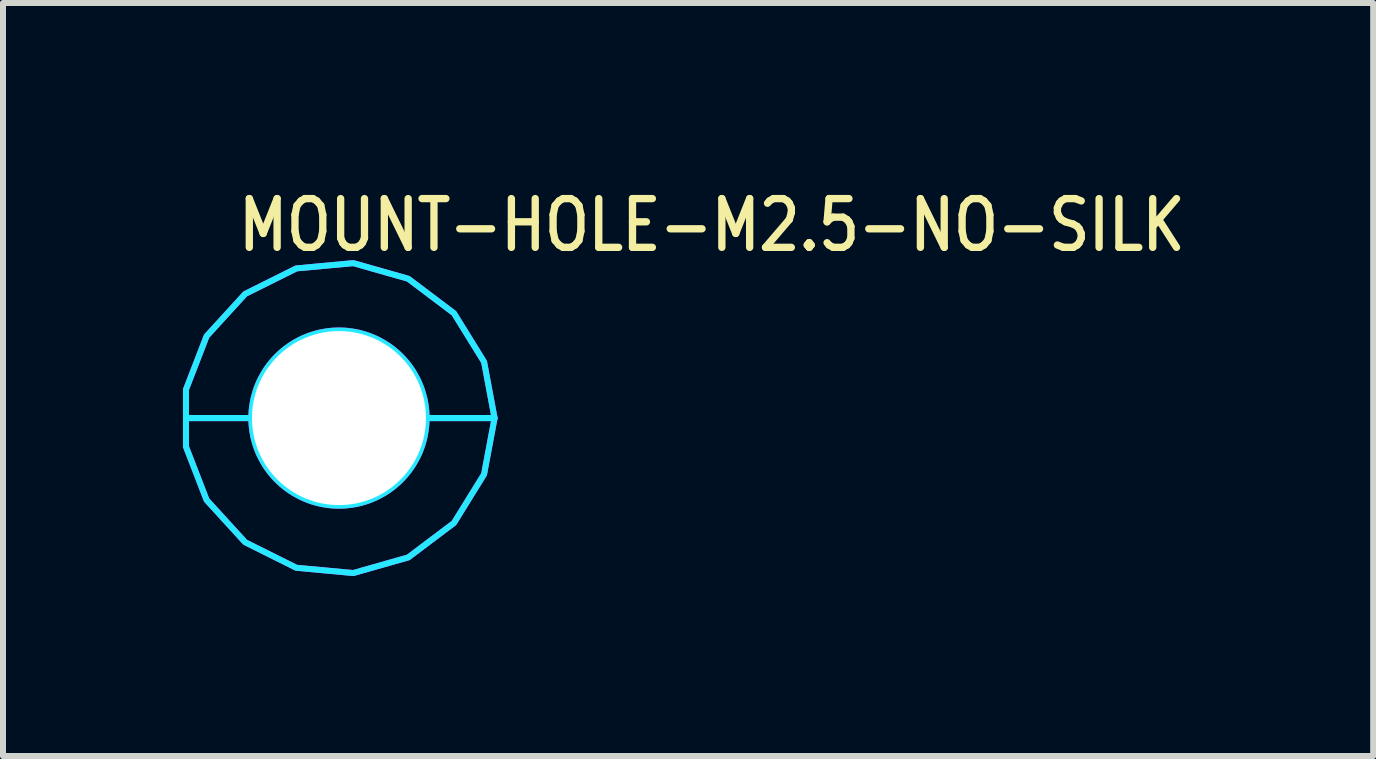
<source format=kicad_pcb>
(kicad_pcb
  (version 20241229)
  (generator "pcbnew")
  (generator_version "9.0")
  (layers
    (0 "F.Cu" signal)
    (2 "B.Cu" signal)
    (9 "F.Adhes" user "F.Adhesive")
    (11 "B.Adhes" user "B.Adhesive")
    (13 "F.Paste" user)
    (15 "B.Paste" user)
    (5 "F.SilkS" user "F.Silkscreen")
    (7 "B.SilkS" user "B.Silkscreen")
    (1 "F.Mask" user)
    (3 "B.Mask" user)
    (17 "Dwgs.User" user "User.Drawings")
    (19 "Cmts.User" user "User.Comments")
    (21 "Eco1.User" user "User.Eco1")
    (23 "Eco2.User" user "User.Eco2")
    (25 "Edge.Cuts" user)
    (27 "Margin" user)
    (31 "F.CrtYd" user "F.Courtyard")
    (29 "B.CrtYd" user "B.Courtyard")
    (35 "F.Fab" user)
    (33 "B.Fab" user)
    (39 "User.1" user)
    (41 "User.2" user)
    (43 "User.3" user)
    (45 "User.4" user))
  (footprint "MOUNT-HOLE-M2.5-NO-SILK"
    (layer "F.Cu")
    (at 2.6 3.919)
    (property "Reference" "MOUNT-HOLE-M2.5-NO-SILK" (at -1.74 -2.74 0) (unlocked yes) (layer "F.SilkS") (effects (font (size 0.813 0.695) (thickness 0.122)) (justify left bottom)))
    (fp_circle (center 0 0) (end 2.4 0) (stroke (width 0) (type solid)) (fill yes) (layer "F.Mask"))
    (fp_circle (center 0 0) (end 2.55 0) (stroke (width 0) (type solid)) (fill yes) (layer "F.Mask"))
    (fp_circle (center 0 0) (end 2.55 0) (stroke (width 0) (type solid)) (fill yes) (layer "F.Mask"))
    (fp_circle (center 0 0) (end 2.4 0) (stroke (width 0) (type solid)) (fill yes) (layer "B.Mask"))
    (fp_circle (center 0 0) (end 2.55 0) (stroke (width 0) (type solid)) (fill yes) (layer "B.Mask"))
    (fp_poly (pts (xy -2.55 0) (xy -2.55 -0.477) (xy -2.206 -1.366) (xy -1.563 -2.07) (xy -0.71 -2.495) (xy 0.239 -2.583) (xy 1.156 -2.322) (xy 1.917 -1.748) (xy 2.419 -0.937) (xy 2.594 0) (xy 1.46 0) (xy 1.46 -0.000078) (xy 1.46 -0.023) (xy 1.46 -0.023) (xy 1.459 -0.046) (xy 1.459 -0.046) (xy 1.458 -0.069) (xy 1.458 -0.069) (xy 1.457 -0.092) (xy 1.457 -0.092) (xy 1.456 -0.114) (xy 1.455 -0.115) (xy 1.454 -0.137) (xy 1.454 -0.137) (xy 1.451 -0.16) (xy 1.451 -0.16) (xy 1.448 -0.183) (xy 1.448 -0.183) (xy 1.445 -0.206) (xy 1.445 -0.206) (xy 1.442 -0.228) (xy 1.442 -0.228) (xy 1.438 -0.251) (xy 1.438 -0.251) (xy 1.434 -0.274) (xy 1.434 -0.274) (xy 1.43 -0.296) (xy 1.43 -0.296) (xy 1.425 -0.318) (xy 1.425 -0.319) (xy 1.42 -0.341) (xy 1.42 -0.341) (xy 1.414 -0.363) (xy 1.414 -0.363) (xy 1.408 -0.385) (xy 1.408 -0.385) (xy 1.402 -0.407) (xy 1.402 -0.407) (xy 1.395 -0.429) (xy 1.395 -0.429) (xy 1.389 -0.451) (xy 1.389 -0.451) (xy 1.381 -0.473) (xy 1.381 -0.473) (xy 1.374 -0.494) (xy 1.374 -0.495) (xy 1.366 -0.516) (xy 1.366 -0.516) (xy 1.358 -0.537) (xy 1.357 -0.538) (xy 1.349 -0.559) (xy 1.349 -0.559) (xy 1.34 -0.58) (xy 1.34 -0.58) (xy 1.331 -0.601) (xy 1.331 -0.601) (xy 1.321 -0.622) (xy 1.321 -0.622) (xy 1.311 -0.642) (xy 1.311 -0.642) (xy 1.301 -0.663) (xy 1.301 -0.663) (xy 1.29 -0.683) (xy 1.29 -0.683) (xy 1.279 -0.703) (xy 1.279 -0.703) (xy 1.268 -0.723) (xy 1.268 -0.723) (xy 1.257 -0.743) (xy 1.257 -0.743) (xy 1.245 -0.763) (xy 1.245 -0.763) (xy 1.233 -0.782) (xy 1.233 -0.782) (xy 1.22 -0.802) (xy 1.22 -0.802) (xy 1.208 -0.821) (xy 1.207 -0.821) (xy 1.195 -0.839) (xy 1.194 -0.84) (xy 1.181 -0.858) (xy 1.181 -0.858) (xy 1.168 -0.877) (xy 1.167 -0.877) (xy 1.154 -0.895) (xy 1.154 -0.895) (xy 1.139 -0.913) (xy 1.139 -0.913) (xy 1.125 -0.931) (xy 1.125 -0.931) (xy 1.11 -0.948) (xy 1.11 -0.948) (xy 1.095 -0.965) (xy 1.095 -0.966) (xy 1.08 -0.983) (xy 1.08 -0.983) (xy 1.064 -0.999) (xy 1.064 -0.999) (xy 1.049 -1.016) (xy 1.048 -1.016) (xy 1.032 -1.032) (xy 1.032 -1.032) (xy 1.016 -1.048) (xy 1.016 -1.049) (xy 0.999 -1.064) (xy 0.999 -1.064) (xy 0.983 -1.08) (xy 0.983 -1.08) (xy 0.966 -1.095) (xy 0.965 -1.095) (xy 0.948 -1.11) (xy 0.948 -1.11) (xy 0.931 -1.125) (xy 0.931 -1.125) (xy 0.913 -1.139) (xy 0.913 -1.139) (xy 0.895 -1.154) (xy 0.895 -1.154) (xy 0.877 -1.167) (xy 0.877 -1.168) (xy 0.858 -1.181) (xy 0.858 -1.181) (xy 0.84 -1.194) (xy 0.839 -1.195) (xy 0.821 -1.207) (xy 0.821 -1.208) (xy 0.802 -1.22) (xy 0.802 -1.22) (xy 0.782 -1.233) (xy 0.782 -1.233) (xy 0.763 -1.245) (xy 0.763 -1.245) (xy 0.743 -1.257) (xy 0.743 -1.257) (xy 0.723 -1.268) (xy 0.723 -1.268) (xy 0.703 -1.279) (xy 0.703 -1.279) (xy 0.683 -1.29) (xy 0.683 -1.29) (xy 0.663 -1.301) (xy 0.663 -1.301) (xy 0.642 -1.311) (xy 0.642 -1.311) (xy 0.622 -1.321) (xy 0.622 -1.321) (xy 0.601 -1.331) (xy 0.601 -1.331) (xy 0.58 -1.34) (xy 0.58 -1.34) (xy 0.559 -1.349) (xy 0.559 -1.349) (xy 0.538 -1.357) (xy 0.537 -1.358) (xy 0.516 -1.366) (xy 0.516 -1.366) (xy 0.495 -1.374) (xy 0.494 -1.374) (xy 0.473 -1.381) (xy 0.473 -1.381) (xy 0.451 -1.389) (xy 0.451 -1.389) (xy 0.429 -1.395) (xy 0.429 -1.395) (xy 0.407 -1.402) (xy 0.407 -1.402) (xy 0.385 -1.408) (xy 0.385 -1.408) (xy 0.363 -1.414) (xy 0.363 -1.414) (xy 0.341 -1.42) (xy 0.341 -1.42) (xy 0.319 -1.425) (xy 0.318 -1.425) (xy 0.296 -1.43) (xy 0.296 -1.43) (xy 0.274 -1.434) (xy 0.274 -1.434) (xy 0.251 -1.438) (xy 0.251 -1.438) (xy 0.228 -1.442) (xy 0.228 -1.442) (xy 0.206 -1.445) (xy 0.206 -1.445) (xy 0.183 -1.448) (xy 0.183 -1.448) (xy 0.16 -1.451) (xy 0.16 -1.451) (xy 0.137 -1.454) (xy 0.137 -1.454) (xy 0.115 -1.455) (xy 0.114 -1.456) (xy 0.092 -1.457) (xy 0.092 -1.457) (xy 0.069 -1.458) (xy 0.069 -1.458) (xy 0.046 -1.459) (xy 0.046 -1.459) (xy 0.023 -1.46) (xy 0.023 -1.46) (xy 0.000078 -1.46) (xy -0.000078 -1.46) (xy -0.023 -1.46) (xy -0.023 -1.46) (xy -0.046 -1.459) (xy -0.046 -1.459) (xy -0.069 -1.458) (xy -0.069 -1.458) (xy -0.092 -1.457) (xy -0.092 -1.457) (xy -0.114 -1.456) (xy -0.115 -1.455) (xy -0.137 -1.454) (xy -0.137 -1.454) (xy -0.16 -1.451) (xy -0.16 -1.451) (xy -0.183 -1.448) (xy -0.183 -1.448) (xy -0.206 -1.445) (xy -0.206 -1.445) (xy -0.228 -1.442) (xy -0.228 -1.442) (xy -0.251 -1.438) (xy -0.251 -1.438) (xy -0.274 -1.434) (xy -0.274 -1.434) (xy -0.296 -1.43) (xy -0.296 -1.43) (xy -0.318 -1.425) (xy -0.319 -1.425) (xy -0.341 -1.42) (xy -0.341 -1.42) (xy -0.363 -1.414) (xy -0.363 -1.414) (xy -0.385 -1.408) (xy -0.385 -1.408) (xy -0.407 -1.402) (xy -0.407 -1.402) (xy -0.429 -1.395) (xy -0.429 -1.395) (xy -0.451 -1.389) (xy -0.451 -1.389) (xy -0.473 -1.381) (xy -0.473 -1.381) (xy -0.494 -1.374) (xy -0.495 -1.374) (xy -0.516 -1.366) (xy -0.516 -1.366) (xy -0.537 -1.358) (xy -0.538 -1.357) (xy -0.559 -1.349) (xy -0.559 -1.349) (xy -0.58 -1.34) (xy -0.58 -1.34) (xy -0.601 -1.331) (xy -0.601 -1.331) (xy -0.622 -1.321) (xy -0.622 -1.321) (xy -0.642 -1.311) (xy -0.642 -1.311) (xy -0.663 -1.301) (xy -0.663 -1.301) (xy -0.683 -1.29) (xy -0.683 -1.29) (xy -0.703 -1.279) (xy -0.703 -1.279) (xy -0.723 -1.268) (xy -0.723 -1.268) (xy -0.743 -1.257) (xy -0.743 -1.257) (xy -0.763 -1.245) (xy -0.763 -1.245) (xy -0.782 -1.233) (xy -0.782 -1.233) (xy -0.802 -1.22) (xy -0.802 -1.22) (xy -0.821 -1.208) (xy -0.821 -1.207) (xy -0.839 -1.195) (xy -0.84 -1.194) (xy -0.858 -1.181) (xy -0.858 -1.181) (xy -0.877 -1.168) (xy -0.877 -1.167) (xy -0.895 -1.154) (xy -0.895 -1.154) (xy -0.913 -1.139) (xy -0.913 -1.139) (xy -0.931 -1.125) (xy -0.931 -1.125) (xy -0.948 -1.11) (xy -0.948 -1.11) (xy -0.965 -1.095) (xy -0.966 -1.095) (xy -0.983 -1.08) (xy -0.983 -1.08) (xy -0.999 -1.064) (xy -0.999 -1.064) (xy -1.016 -1.049) (xy -1.016 -1.048) (xy -1.032 -1.032) (xy -1.032 -1.032) (xy -1.048 -1.016) (xy -1.049 -1.016) (xy -1.064 -0.999) (xy -1.064 -0.999) (xy -1.08 -0.983) (xy -1.08 -0.983) (xy -1.095 -0.966) (xy -1.095 -0.965) (xy -1.11 -0.948) (xy -1.11 -0.948) (xy -1.125 -0.931) (xy -1.125 -0.931) (xy -1.139 -0.913) (xy -1.139 -0.913) (xy -1.154 -0.895) (xy -1.154 -0.895) (xy -1.167 -0.877) (xy -1.168 -0.877) (xy -1.181 -0.858) (xy -1.181 -0.858) (xy -1.194 -0.84) (xy -1.195 -0.839) (xy -1.207 -0.821) (xy -1.208 -0.821) (xy -1.22 -0.802) (xy -1.22 -0.802) (xy -1.233 -0.782) (xy -1.233 -0.782) (xy -1.245 -0.763) (xy -1.245 -0.763) (xy -1.257 -0.743) (xy -1.257 -0.743) (xy -1.268 -0.723) (xy -1.268 -0.723) (xy -1.279 -0.703) (xy -1.279 -0.703) (xy -1.29 -0.683) (xy -1.29 -0.683) (xy -1.301 -0.663) (xy -1.301 -0.663) (xy -1.311 -0.642) (xy -1.311 -0.642) (xy -1.321 -0.622) (xy -1.321 -0.622) (xy -1.331 -0.601) (xy -1.331 -0.601) (xy -1.34 -0.58) (xy -1.34 -0.58) (xy -1.349 -0.559) (xy -1.349 -0.559) (xy -1.357 -0.538) (xy -1.358 -0.537) (xy -1.366 -0.516) (xy -1.366 -0.516) (xy -1.374 -0.495) (xy -1.374 -0.494) (xy -1.381 -0.473) (xy -1.381 -0.473) (xy -1.389 -0.451) (xy -1.389 -0.451) (xy -1.395 -0.429) (xy -1.395 -0.429) (xy -1.402 -0.407) (xy -1.402 -0.407) (xy -1.408 -0.385) (xy -1.408 -0.385) (xy -1.414 -0.363) (xy -1.414 -0.363) (xy -1.42 -0.341) (xy -1.42 -0.341) (xy -1.425 -0.319) (xy -1.425 -0.318) (xy -1.43 -0.296) (xy -1.43 -0.296) (xy -1.434 -0.274) (xy -1.434 -0.274) (xy -1.438 -0.251) (xy -1.438 -0.251) (xy -1.442 -0.228) (xy -1.442 -0.228) (xy -1.445 -0.206) (xy -1.445 -0.206) (xy -1.448 -0.183) (xy -1.448 -0.183) (xy -1.451 -0.16) (xy -1.451 -0.16) (xy -1.454 -0.137) (xy -1.454 -0.137) (xy -1.455 -0.115) (xy -1.456 -0.114) (xy -1.457 -0.092) (xy -1.457 -0.092) (xy -1.458 -0.069) (xy -1.458 -0.069) (xy -1.459 -0.046) (xy -1.459 -0.046) (xy -1.46 -0.023) (xy -1.46 -0.023) (xy -1.46 -0.000078) (xy -1.46 0)) (stroke (width 0.1) (type solid)) (fill no) (layer "B.CrtYd"))
    (fp_poly (pts (xy 2.419 0.937) (xy 1.917 1.748) (xy 1.156 2.322) (xy 0.239 2.583) (xy -0.71 2.495) (xy -1.563 2.07) (xy -2.206 1.366) (xy -2.55 0.477) (xy -2.55 0) (xy -1.46 0) (xy -1.46 0.000078) (xy -1.46 0.023) (xy -1.46 0.023) (xy -1.459 0.046) (xy -1.459 0.046) (xy -1.458 0.069) (xy -1.458 0.069) (xy -1.457 0.092) (xy -1.457 0.092) (xy -1.456 0.114) (xy -1.455 0.115) (xy -1.454 0.137) (xy -1.454 0.137) (xy -1.451 0.16) (xy -1.451 0.16) (xy -1.448 0.183) (xy -1.448 0.183) (xy -1.445 0.206) (xy -1.445 0.206) (xy -1.442 0.228) (xy -1.442 0.228) (xy -1.438 0.251) (xy -1.438 0.251) (xy -1.434 0.274) (xy -1.434 0.274) (xy -1.43 0.296) (xy -1.43 0.296) (xy -1.425 0.318) (xy -1.425 0.319) (xy -1.42 0.341) (xy -1.42 0.341) (xy -1.414 0.363) (xy -1.414 0.363) (xy -1.408 0.385) (xy -1.408 0.385) (xy -1.402 0.407) (xy -1.402 0.407) (xy -1.395 0.429) (xy -1.395 0.429) (xy -1.389 0.451) (xy -1.389 0.451) (xy -1.381 0.473) (xy -1.381 0.473) (xy -1.374 0.494) (xy -1.374 0.495) (xy -1.366 0.516) (xy -1.366 0.516) (xy -1.358 0.537) (xy -1.357 0.538) (xy -1.349 0.559) (xy -1.349 0.559) (xy -1.34 0.58) (xy -1.34 0.58) (xy -1.331 0.601) (xy -1.331 0.601) (xy -1.321 0.622) (xy -1.321 0.622) (xy -1.311 0.642) (xy -1.311 0.642) (xy -1.301 0.663) (xy -1.301 0.663) (xy -1.29 0.683) (xy -1.29 0.683) (xy -1.279 0.703) (xy -1.279 0.703) (xy -1.268 0.723) (xy -1.268 0.723) (xy -1.257 0.743) (xy -1.257 0.743) (xy -1.245 0.763) (xy -1.245 0.763) (xy -1.233 0.782) (xy -1.233 0.782) (xy -1.22 0.802) (xy -1.22 0.802) (xy -1.208 0.821) (xy -1.207 0.821) (xy -1.195 0.839) (xy -1.194 0.84) (xy -1.181 0.858) (xy -1.181 0.858) (xy -1.168 0.877) (xy -1.167 0.877) (xy -1.154 0.895) (xy -1.154 0.895) (xy -1.139 0.913) (xy -1.139 0.913) (xy -1.125 0.931) (xy -1.125 0.931) (xy -1.11 0.948) (xy -1.11 0.948) (xy -1.095 0.965) (xy -1.095 0.966) (xy -1.08 0.983) (xy -1.08 0.983) (xy -1.064 0.999) (xy -1.064 0.999) (xy -1.049 1.016) (xy -1.048 1.016) (xy -1.032 1.032) (xy -1.032 1.032) (xy -1.016 1.048) (xy -1.016 1.049) (xy -0.999 1.064) (xy -0.999 1.064) (xy -0.983 1.08) (xy -0.983 1.08) (xy -0.966 1.095) (xy -0.965 1.095) (xy -0.948 1.11) (xy -0.948 1.11) (xy -0.931 1.125) (xy -0.931 1.125) (xy -0.913 1.139) (xy -0.913 1.139) (xy -0.895 1.154) (xy -0.895 1.154) (xy -0.877 1.167) (xy -0.877 1.168) (xy -0.858 1.181) (xy -0.858 1.181) (xy -0.84 1.194) (xy -0.839 1.195) (xy -0.821 1.207) (xy -0.821 1.208) (xy -0.802 1.22) (xy -0.802 1.22) (xy -0.782 1.233) (xy -0.782 1.233) (xy -0.763 1.245) (xy -0.763 1.245) (xy -0.743 1.257) (xy -0.743 1.257) (xy -0.723 1.268) (xy -0.723 1.268) (xy -0.703 1.279) (xy -0.703 1.279) (xy -0.683 1.29) (xy -0.683 1.29) (xy -0.663 1.301) (xy -0.663 1.301) (xy -0.642 1.311) (xy -0.642 1.311) (xy -0.622 1.321) (xy -0.622 1.321) (xy -0.601 1.331) (xy -0.601 1.331) (xy -0.58 1.34) (xy -0.58 1.34) (xy -0.559 1.349) (xy -0.559 1.349) (xy -0.538 1.357) (xy -0.537 1.358) (xy -0.516 1.366) (xy -0.516 1.366) (xy -0.495 1.374) (xy -0.494 1.374) (xy -0.473 1.381) (xy -0.473 1.381) (xy -0.451 1.389) (xy -0.451 1.389) (xy -0.429 1.395) (xy -0.429 1.395) (xy -0.407 1.402) (xy -0.407 1.402) (xy -0.385 1.408) (xy -0.385 1.408) (xy -0.363 1.414) (xy -0.363 1.414) (xy -0.341 1.42) (xy -0.341 1.42) (xy -0.319 1.425) (xy -0.318 1.425) (xy -0.296 1.43) (xy -0.296 1.43) (xy -0.274 1.434) (xy -0.274 1.434) (xy -0.251 1.438) (xy -0.251 1.438) (xy -0.228 1.442) (xy -0.228 1.442) (xy -0.206 1.445) (xy -0.206 1.445) (xy -0.183 1.448) (xy -0.183 1.448) (xy -0.16 1.451) (xy -0.16 1.451) (xy -0.137 1.454) (xy -0.137 1.454) (xy -0.115 1.455) (xy -0.114 1.456) (xy -0.092 1.457) (xy -0.092 1.457) (xy -0.069 1.458) (xy -0.069 1.458) (xy -0.046 1.459) (xy -0.046 1.459) (xy -0.023 1.46) (xy -0.023 1.46) (xy -0.000078 1.46) (xy 0.000078 1.46) (xy 0.023 1.46) (xy 0.023 1.46) (xy 0.046 1.459) (xy 0.046 1.459) (xy 0.069 1.458) (xy 0.069 1.458) (xy 0.092 1.457) (xy 0.092 1.457) (xy 0.114 1.456) (xy 0.115 1.455) (xy 0.137 1.454) (xy 0.137 1.454) (xy 0.16 1.451) (xy 0.16 1.451) (xy 0.183 1.448) (xy 0.183 1.448) (xy 0.206 1.445) (xy 0.206 1.445) (xy 0.228 1.442) (xy 0.228 1.442) (xy 0.251 1.438) (xy 0.251 1.438) (xy 0.274 1.434) (xy 0.274 1.434) (xy 0.296 1.43) (xy 0.296 1.43) (xy 0.318 1.425) (xy 0.319 1.425) (xy 0.341 1.42) (xy 0.341 1.42) (xy 0.363 1.414) (xy 0.363 1.414) (xy 0.385 1.408) (xy 0.385 1.408) (xy 0.407 1.402) (xy 0.407 1.402) (xy 0.429 1.395) (xy 0.429 1.395) (xy 0.451 1.389) (xy 0.451 1.389) (xy 0.473 1.381) (xy 0.473 1.381) (xy 0.494 1.374) (xy 0.495 1.374) (xy 0.516 1.366) (xy 0.516 1.366) (xy 0.537 1.358) (xy 0.538 1.357) (xy 0.559 1.349) (xy 0.559 1.349) (xy 0.58 1.34) (xy 0.58 1.34) (xy 0.601 1.331) (xy 0.601 1.331) (xy 0.622 1.321) (xy 0.622 1.321) (xy 0.642 1.311) (xy 0.642 1.311) (xy 0.663 1.301) (xy 0.663 1.301) (xy 0.683 1.29) (xy 0.683 1.29) (xy 0.703 1.279) (xy 0.703 1.279) (xy 0.723 1.268) (xy 0.723 1.268) (xy 0.743 1.257) (xy 0.743 1.257) (xy 0.763 1.245) (xy 0.763 1.245) (xy 0.782 1.233) (xy 0.782 1.233) (xy 0.802 1.22) (xy 0.802 1.22) (xy 0.821 1.208) (xy 0.821 1.207) (xy 0.839 1.195) (xy 0.84 1.194) (xy 0.858 1.181) (xy 0.858 1.181) (xy 0.877 1.168) (xy 0.877 1.167) (xy 0.895 1.154) (xy 0.895 1.154) (xy 0.913 1.139) (xy 0.913 1.139) (xy 0.931 1.125) (xy 0.931 1.125) (xy 0.948 1.11) (xy 0.948 1.11) (xy 0.965 1.095) (xy 0.966 1.095) (xy 0.983 1.08) (xy 0.983 1.08) (xy 0.999 1.064) (xy 0.999 1.064) (xy 1.016 1.049) (xy 1.016 1.048) (xy 1.032 1.032) (xy 1.032 1.032) (xy 1.048 1.016) (xy 1.049 1.016) (xy 1.064 0.999) (xy 1.064 0.999) (xy 1.08 0.983) (xy 1.08 0.983) (xy 1.095 0.966) (xy 1.095 0.965) (xy 1.11 0.948) (xy 1.11 0.948) (xy 1.125 0.931) (xy 1.125 0.931) (xy 1.139 0.913) (xy 1.139 0.913) (xy 1.154 0.895) (xy 1.154 0.895) (xy 1.167 0.877) (xy 1.168 0.877) (xy 1.181 0.858) (xy 1.181 0.858) (xy 1.194 0.84) (xy 1.195 0.839) (xy 1.207 0.821) (xy 1.208 0.821) (xy 1.22 0.802) (xy 1.22 0.802) (xy 1.233 0.782) (xy 1.233 0.782) (xy 1.245 0.763) (xy 1.245 0.763) (xy 1.257 0.743) (xy 1.257 0.743) (xy 1.268 0.723) (xy 1.268 0.723) (xy 1.279 0.703) (xy 1.279 0.703) (xy 1.29 0.683) (xy 1.29 0.683) (xy 1.301 0.663) (xy 1.301 0.663) (xy 1.311 0.642) (xy 1.311 0.642) (xy 1.321 0.622) (xy 1.321 0.622) (xy 1.331 0.601) (xy 1.331 0.601) (xy 1.34 0.58) (xy 1.34 0.58) (xy 1.349 0.559) (xy 1.349 0.559) (xy 1.357 0.538) (xy 1.358 0.537) (xy 1.366 0.516) (xy 1.366 0.516) (xy 1.374 0.495) (xy 1.374 0.494) (xy 1.381 0.473) (xy 1.381 0.473) (xy 1.389 0.451) (xy 1.389 0.451) (xy 1.395 0.429) (xy 1.395 0.429) (xy 1.402 0.407) (xy 1.402 0.407) (xy 1.408 0.385) (xy 1.408 0.385) (xy 1.414 0.363) (xy 1.414 0.363) (xy 1.42 0.341) (xy 1.42 0.341) (xy 1.425 0.319) (xy 1.425 0.318) (xy 1.43 0.296) (xy 1.43 0.296) (xy 1.434 0.274) (xy 1.434 0.274) (xy 1.438 0.251) (xy 1.438 0.251) (xy 1.442 0.228) (xy 1.442 0.228) (xy 1.445 0.206) (xy 1.445 0.206) (xy 1.448 0.183) (xy 1.448 0.183) (xy 1.451 0.16) (xy 1.451 0.16) (xy 1.454 0.137) (xy 1.454 0.137) (xy 1.455 0.115) (xy 1.456 0.114) (xy 1.457 0.092) (xy 1.457 0.092) (xy 1.458 0.069) (xy 1.458 0.069) (xy 1.459 0.046) (xy 1.459 0.046) (xy 1.46 0.023) (xy 1.46 0.023) (xy 1.46 0.000078) (xy 1.46 0) (xy 2.594 0)) (stroke (width 0.1) (type solid)) (fill no) (layer "B.CrtYd"))
    (fp_poly (pts (xy -2.55 0) (xy -2.55 -0.477) (xy -2.206 -1.366) (xy -1.563 -2.07) (xy -0.71 -2.495) (xy 0.239 -2.583) (xy 1.156 -2.322) (xy 1.917 -1.748) (xy 2.419 -0.937) (xy 2.594 0) (xy 1.46 0) (xy 1.46 -0.000078) (xy 1.46 -0.023) (xy 1.46 -0.023) (xy 1.459 -0.046) (xy 1.459 -0.046) (xy 1.458 -0.069) (xy 1.458 -0.069) (xy 1.457 -0.092) (xy 1.457 -0.092) (xy 1.456 -0.114) (xy 1.455 -0.115) (xy 1.454 -0.137) (xy 1.454 -0.137) (xy 1.451 -0.16) (xy 1.451 -0.16) (xy 1.448 -0.183) (xy 1.448 -0.183) (xy 1.445 -0.206) (xy 1.445 -0.206) (xy 1.442 -0.228) (xy 1.442 -0.228) (xy 1.438 -0.251) (xy 1.438 -0.251) (xy 1.434 -0.274) (xy 1.434 -0.274) (xy 1.43 -0.296) (xy 1.43 -0.296) (xy 1.425 -0.318) (xy 1.425 -0.319) (xy 1.42 -0.341) (xy 1.42 -0.341) (xy 1.414 -0.363) (xy 1.414 -0.363) (xy 1.408 -0.385) (xy 1.408 -0.385) (xy 1.402 -0.407) (xy 1.402 -0.407) (xy 1.395 -0.429) (xy 1.395 -0.429) (xy 1.389 -0.451) (xy 1.389 -0.451) (xy 1.381 -0.473) (xy 1.381 -0.473) (xy 1.374 -0.494) (xy 1.374 -0.495) (xy 1.366 -0.516) (xy 1.366 -0.516) (xy 1.358 -0.537) (xy 1.357 -0.538) (xy 1.349 -0.559) (xy 1.349 -0.559) (xy 1.34 -0.58) (xy 1.34 -0.58) (xy 1.331 -0.601) (xy 1.331 -0.601) (xy 1.321 -0.622) (xy 1.321 -0.622) (xy 1.311 -0.642) (xy 1.311 -0.642) (xy 1.301 -0.663) (xy 1.301 -0.663) (xy 1.29 -0.683) (xy 1.29 -0.683) (xy 1.279 -0.703) (xy 1.279 -0.703) (xy 1.268 -0.723) (xy 1.268 -0.723) (xy 1.257 -0.743) (xy 1.257 -0.743) (xy 1.245 -0.763) (xy 1.245 -0.763) (xy 1.233 -0.782) (xy 1.233 -0.782) (xy 1.22 -0.802) (xy 1.22 -0.802) (xy 1.208 -0.821) (xy 1.207 -0.821) (xy 1.195 -0.839) (xy 1.194 -0.84) (xy 1.181 -0.858) (xy 1.181 -0.858) (xy 1.168 -0.877) (xy 1.167 -0.877) (xy 1.154 -0.895) (xy 1.154 -0.895) (xy 1.139 -0.913) (xy 1.139 -0.913) (xy 1.125 -0.931) (xy 1.125 -0.931) (xy 1.11 -0.948) (xy 1.11 -0.948) (xy 1.095 -0.965) (xy 1.095 -0.966) (xy 1.08 -0.983) (xy 1.08 -0.983) (xy 1.064 -0.999) (xy 1.064 -0.999) (xy 1.049 -1.016) (xy 1.048 -1.016) (xy 1.032 -1.032) (xy 1.032 -1.032) (xy 1.016 -1.048) (xy 1.016 -1.049) (xy 0.999 -1.064) (xy 0.999 -1.064) (xy 0.983 -1.08) (xy 0.983 -1.08) (xy 0.966 -1.095) (xy 0.965 -1.095) (xy 0.948 -1.11) (xy 0.948 -1.11) (xy 0.931 -1.125) (xy 0.931 -1.125) (xy 0.913 -1.139) (xy 0.913 -1.139) (xy 0.895 -1.154) (xy 0.895 -1.154) (xy 0.877 -1.167) (xy 0.877 -1.168) (xy 0.858 -1.181) (xy 0.858 -1.181) (xy 0.84 -1.194) (xy 0.839 -1.195) (xy 0.821 -1.207) (xy 0.821 -1.208) (xy 0.802 -1.22) (xy 0.802 -1.22) (xy 0.782 -1.233) (xy 0.782 -1.233) (xy 0.763 -1.245) (xy 0.763 -1.245) (xy 0.743 -1.257) (xy 0.743 -1.257) (xy 0.723 -1.268) (xy 0.723 -1.268) (xy 0.703 -1.279) (xy 0.703 -1.279) (xy 0.683 -1.29) (xy 0.683 -1.29) (xy 0.663 -1.301) (xy 0.663 -1.301) (xy 0.642 -1.311) (xy 0.642 -1.311) (xy 0.622 -1.321) (xy 0.622 -1.321) (xy 0.601 -1.331) (xy 0.601 -1.331) (xy 0.58 -1.34) (xy 0.58 -1.34) (xy 0.559 -1.349) (xy 0.559 -1.349) (xy 0.538 -1.357) (xy 0.537 -1.358) (xy 0.516 -1.366) (xy 0.516 -1.366) (xy 0.495 -1.374) (xy 0.494 -1.374) (xy 0.473 -1.381) (xy 0.473 -1.381) (xy 0.451 -1.389) (xy 0.451 -1.389) (xy 0.429 -1.395) (xy 0.429 -1.395) (xy 0.407 -1.402) (xy 0.407 -1.402) (xy 0.385 -1.408) (xy 0.385 -1.408) (xy 0.363 -1.414) (xy 0.363 -1.414) (xy 0.341 -1.42) (xy 0.341 -1.42) (xy 0.319 -1.425) (xy 0.318 -1.425) (xy 0.296 -1.43) (xy 0.296 -1.43) (xy 0.274 -1.434) (xy 0.274 -1.434) (xy 0.251 -1.438) (xy 0.251 -1.438) (xy 0.228 -1.442) (xy 0.228 -1.442) (xy 0.206 -1.445) (xy 0.206 -1.445) (xy 0.183 -1.448) (xy 0.183 -1.448) (xy 0.16 -1.451) (xy 0.16 -1.451) (xy 0.137 -1.454) (xy 0.137 -1.454) (xy 0.115 -1.455) (xy 0.114 -1.456) (xy 0.092 -1.457) (xy 0.092 -1.457) (xy 0.069 -1.458) (xy 0.069 -1.458) (xy 0.046 -1.459) (xy 0.046 -1.459) (xy 0.023 -1.46) (xy 0.023 -1.46) (xy 0.000078 -1.46) (xy -0.000078 -1.46) (xy -0.023 -1.46) (xy -0.023 -1.46) (xy -0.046 -1.459) (xy -0.046 -1.459) (xy -0.069 -1.458) (xy -0.069 -1.458) (xy -0.092 -1.457) (xy -0.092 -1.457) (xy -0.114 -1.456) (xy -0.115 -1.455) (xy -0.137 -1.454) (xy -0.137 -1.454) (xy -0.16 -1.451) (xy -0.16 -1.451) (xy -0.183 -1.448) (xy -0.183 -1.448) (xy -0.206 -1.445) (xy -0.206 -1.445) (xy -0.228 -1.442) (xy -0.228 -1.442) (xy -0.251 -1.438) (xy -0.251 -1.438) (xy -0.274 -1.434) (xy -0.274 -1.434) (xy -0.296 -1.43) (xy -0.296 -1.43) (xy -0.318 -1.425) (xy -0.319 -1.425) (xy -0.341 -1.42) (xy -0.341 -1.42) (xy -0.363 -1.414) (xy -0.363 -1.414) (xy -0.385 -1.408) (xy -0.385 -1.408) (xy -0.407 -1.402) (xy -0.407 -1.402) (xy -0.429 -1.395) (xy -0.429 -1.395) (xy -0.451 -1.389) (xy -0.451 -1.389) (xy -0.473 -1.381) (xy -0.473 -1.381) (xy -0.494 -1.374) (xy -0.495 -1.374) (xy -0.516 -1.366) (xy -0.516 -1.366) (xy -0.537 -1.358) (xy -0.538 -1.357) (xy -0.559 -1.349) (xy -0.559 -1.349) (xy -0.58 -1.34) (xy -0.58 -1.34) (xy -0.601 -1.331) (xy -0.601 -1.331) (xy -0.622 -1.321) (xy -0.622 -1.321) (xy -0.642 -1.311) (xy -0.642 -1.311) (xy -0.663 -1.301) (xy -0.663 -1.301) (xy -0.683 -1.29) (xy -0.683 -1.29) (xy -0.703 -1.279) (xy -0.703 -1.279) (xy -0.723 -1.268) (xy -0.723 -1.268) (xy -0.743 -1.257) (xy -0.743 -1.257) (xy -0.763 -1.245) (xy -0.763 -1.245) (xy -0.782 -1.233) (xy -0.782 -1.233) (xy -0.802 -1.22) (xy -0.802 -1.22) (xy -0.821 -1.208) (xy -0.821 -1.207) (xy -0.839 -1.195) (xy -0.84 -1.194) (xy -0.858 -1.181) (xy -0.858 -1.181) (xy -0.877 -1.168) (xy -0.877 -1.167) (xy -0.895 -1.154) (xy -0.895 -1.154) (xy -0.913 -1.139) (xy -0.913 -1.139) (xy -0.931 -1.125) (xy -0.931 -1.125) (xy -0.948 -1.11) (xy -0.948 -1.11) (xy -0.965 -1.095) (xy -0.966 -1.095) (xy -0.983 -1.08) (xy -0.983 -1.08) (xy -0.999 -1.064) (xy -0.999 -1.064) (xy -1.016 -1.049) (xy -1.016 -1.048) (xy -1.032 -1.032) (xy -1.032 -1.032) (xy -1.048 -1.016) (xy -1.049 -1.016) (xy -1.064 -0.999) (xy -1.064 -0.999) (xy -1.08 -0.983) (xy -1.08 -0.983) (xy -1.095 -0.966) (xy -1.095 -0.965) (xy -1.11 -0.948) (xy -1.11 -0.948) (xy -1.125 -0.931) (xy -1.125 -0.931) (xy -1.139 -0.913) (xy -1.139 -0.913) (xy -1.154 -0.895) (xy -1.154 -0.895) (xy -1.167 -0.877) (xy -1.168 -0.877) (xy -1.181 -0.858) (xy -1.181 -0.858) (xy -1.194 -0.84) (xy -1.195 -0.839) (xy -1.207 -0.821) (xy -1.208 -0.821) (xy -1.22 -0.802) (xy -1.22 -0.802) (xy -1.233 -0.782) (xy -1.233 -0.782) (xy -1.245 -0.763) (xy -1.245 -0.763) (xy -1.257 -0.743) (xy -1.257 -0.743) (xy -1.268 -0.723) (xy -1.268 -0.723) (xy -1.279 -0.703) (xy -1.279 -0.703) (xy -1.29 -0.683) (xy -1.29 -0.683) (xy -1.301 -0.663) (xy -1.301 -0.663) (xy -1.311 -0.642) (xy -1.311 -0.642) (xy -1.321 -0.622) (xy -1.321 -0.622) (xy -1.331 -0.601) (xy -1.331 -0.601) (xy -1.34 -0.58) (xy -1.34 -0.58) (xy -1.349 -0.559) (xy -1.349 -0.559) (xy -1.357 -0.538) (xy -1.358 -0.537) (xy -1.366 -0.516) (xy -1.366 -0.516) (xy -1.374 -0.495) (xy -1.374 -0.494) (xy -1.381 -0.473) (xy -1.381 -0.473) (xy -1.389 -0.451) (xy -1.389 -0.451) (xy -1.395 -0.429) (xy -1.395 -0.429) (xy -1.402 -0.407) (xy -1.402 -0.407) (xy -1.408 -0.385) (xy -1.408 -0.385) (xy -1.414 -0.363) (xy -1.414 -0.363) (xy -1.42 -0.341) (xy -1.42 -0.341) (xy -1.425 -0.319) (xy -1.425 -0.318) (xy -1.43 -0.296) (xy -1.43 -0.296) (xy -1.434 -0.274) (xy -1.434 -0.274) (xy -1.438 -0.251) (xy -1.438 -0.251) (xy -1.442 -0.228) (xy -1.442 -0.228) (xy -1.445 -0.206) (xy -1.445 -0.206) (xy -1.448 -0.183) (xy -1.448 -0.183) (xy -1.451 -0.16) (xy -1.451 -0.16) (xy -1.454 -0.137) (xy -1.454 -0.137) (xy -1.455 -0.115) (xy -1.456 -0.114) (xy -1.457 -0.092) (xy -1.457 -0.092) (xy -1.458 -0.069) (xy -1.458 -0.069) (xy -1.459 -0.046) (xy -1.459 -0.046) (xy -1.46 -0.023) (xy -1.46 -0.023) (xy -1.46 -0.000078) (xy -1.46 0)) (stroke (width 0.1) (type solid)) (fill no) (layer "F.CrtYd"))
    (fp_poly (pts (xy 2.419 0.937) (xy 1.917 1.748) (xy 1.156 2.322) (xy 0.239 2.583) (xy -0.71 2.495) (xy -1.563 2.07) (xy -2.206 1.366) (xy -2.55 0.477) (xy -2.55 0) (xy -1.46 0) (xy -1.46 0.000078) (xy -1.46 0.023) (xy -1.46 0.023) (xy -1.459 0.046) (xy -1.459 0.046) (xy -1.458 0.069) (xy -1.458 0.069) (xy -1.457 0.092) (xy -1.457 0.092) (xy -1.456 0.114) (xy -1.455 0.115) (xy -1.454 0.137) (xy -1.454 0.137) (xy -1.451 0.16) (xy -1.451 0.16) (xy -1.448 0.183) (xy -1.448 0.183) (xy -1.445 0.206) (xy -1.445 0.206) (xy -1.442 0.228) (xy -1.442 0.228) (xy -1.438 0.251) (xy -1.438 0.251) (xy -1.434 0.274) (xy -1.434 0.274) (xy -1.43 0.296) (xy -1.43 0.296) (xy -1.425 0.318) (xy -1.425 0.319) (xy -1.42 0.341) (xy -1.42 0.341) (xy -1.414 0.363) (xy -1.414 0.363) (xy -1.408 0.385) (xy -1.408 0.385) (xy -1.402 0.407) (xy -1.402 0.407) (xy -1.395 0.429) (xy -1.395 0.429) (xy -1.389 0.451) (xy -1.389 0.451) (xy -1.381 0.473) (xy -1.381 0.473) (xy -1.374 0.494) (xy -1.374 0.495) (xy -1.366 0.516) (xy -1.366 0.516) (xy -1.358 0.537) (xy -1.357 0.538) (xy -1.349 0.559) (xy -1.349 0.559) (xy -1.34 0.58) (xy -1.34 0.58) (xy -1.331 0.601) (xy -1.331 0.601) (xy -1.321 0.622) (xy -1.321 0.622) (xy -1.311 0.642) (xy -1.311 0.642) (xy -1.301 0.663) (xy -1.301 0.663) (xy -1.29 0.683) (xy -1.29 0.683) (xy -1.279 0.703) (xy -1.279 0.703) (xy -1.268 0.723) (xy -1.268 0.723) (xy -1.257 0.743) (xy -1.257 0.743) (xy -1.245 0.763) (xy -1.245 0.763) (xy -1.233 0.782) (xy -1.233 0.782) (xy -1.22 0.802) (xy -1.22 0.802) (xy -1.208 0.821) (xy -1.207 0.821) (xy -1.195 0.839) (xy -1.194 0.84) (xy -1.181 0.858) (xy -1.181 0.858) (xy -1.168 0.877) (xy -1.167 0.877) (xy -1.154 0.895) (xy -1.154 0.895) (xy -1.139 0.913) (xy -1.139 0.913) (xy -1.125 0.931) (xy -1.125 0.931) (xy -1.11 0.948) (xy -1.11 0.948) (xy -1.095 0.965) (xy -1.095 0.966) (xy -1.08 0.983) (xy -1.08 0.983) (xy -1.064 0.999) (xy -1.064 0.999) (xy -1.049 1.016) (xy -1.048 1.016) (xy -1.032 1.032) (xy -1.032 1.032) (xy -1.016 1.048) (xy -1.016 1.049) (xy -0.999 1.064) (xy -0.999 1.064) (xy -0.983 1.08) (xy -0.983 1.08) (xy -0.966 1.095) (xy -0.965 1.095) (xy -0.948 1.11) (xy -0.948 1.11) (xy -0.931 1.125) (xy -0.931 1.125) (xy -0.913 1.139) (xy -0.913 1.139) (xy -0.895 1.154) (xy -0.895 1.154) (xy -0.877 1.167) (xy -0.877 1.168) (xy -0.858 1.181) (xy -0.858 1.181) (xy -0.84 1.194) (xy -0.839 1.195) (xy -0.821 1.207) (xy -0.821 1.208) (xy -0.802 1.22) (xy -0.802 1.22) (xy -0.782 1.233) (xy -0.782 1.233) (xy -0.763 1.245) (xy -0.763 1.245) (xy -0.743 1.257) (xy -0.743 1.257) (xy -0.723 1.268) (xy -0.723 1.268) (xy -0.703 1.279) (xy -0.703 1.279) (xy -0.683 1.29) (xy -0.683 1.29) (xy -0.663 1.301) (xy -0.663 1.301) (xy -0.642 1.311) (xy -0.642 1.311) (xy -0.622 1.321) (xy -0.622 1.321) (xy -0.601 1.331) (xy -0.601 1.331) (xy -0.58 1.34) (xy -0.58 1.34) (xy -0.559 1.349) (xy -0.559 1.349) (xy -0.538 1.357) (xy -0.537 1.358) (xy -0.516 1.366) (xy -0.516 1.366) (xy -0.495 1.374) (xy -0.494 1.374) (xy -0.473 1.381) (xy -0.473 1.381) (xy -0.451 1.389) (xy -0.451 1.389) (xy -0.429 1.395) (xy -0.429 1.395) (xy -0.407 1.402) (xy -0.407 1.402) (xy -0.385 1.408) (xy -0.385 1.408) (xy -0.363 1.414) (xy -0.363 1.414) (xy -0.341 1.42) (xy -0.341 1.42) (xy -0.319 1.425) (xy -0.318 1.425) (xy -0.296 1.43) (xy -0.296 1.43) (xy -0.274 1.434) (xy -0.274 1.434) (xy -0.251 1.438) (xy -0.251 1.438) (xy -0.228 1.442) (xy -0.228 1.442) (xy -0.206 1.445) (xy -0.206 1.445) (xy -0.183 1.448) (xy -0.183 1.448) (xy -0.16 1.451) (xy -0.16 1.451) (xy -0.137 1.454) (xy -0.137 1.454) (xy -0.115 1.455) (xy -0.114 1.456) (xy -0.092 1.457) (xy -0.092 1.457) (xy -0.069 1.458) (xy -0.069 1.458) (xy -0.046 1.459) (xy -0.046 1.459) (xy -0.023 1.46) (xy -0.023 1.46) (xy -0.000078 1.46) (xy 0.000078 1.46) (xy 0.023 1.46) (xy 0.023 1.46) (xy 0.046 1.459) (xy 0.046 1.459) (xy 0.069 1.458) (xy 0.069 1.458) (xy 0.092 1.457) (xy 0.092 1.457) (xy 0.114 1.456) (xy 0.115 1.455) (xy 0.137 1.454) (xy 0.137 1.454) (xy 0.16 1.451) (xy 0.16 1.451) (xy 0.183 1.448) (xy 0.183 1.448) (xy 0.206 1.445) (xy 0.206 1.445) (xy 0.228 1.442) (xy 0.228 1.442) (xy 0.251 1.438) (xy 0.251 1.438) (xy 0.274 1.434) (xy 0.274 1.434) (xy 0.296 1.43) (xy 0.296 1.43) (xy 0.318 1.425) (xy 0.319 1.425) (xy 0.341 1.42) (xy 0.341 1.42) (xy 0.363 1.414) (xy 0.363 1.414) (xy 0.385 1.408) (xy 0.385 1.408) (xy 0.407 1.402) (xy 0.407 1.402) (xy 0.429 1.395) (xy 0.429 1.395) (xy 0.451 1.389) (xy 0.451 1.389) (xy 0.473 1.381) (xy 0.473 1.381) (xy 0.494 1.374) (xy 0.495 1.374) (xy 0.516 1.366) (xy 0.516 1.366) (xy 0.537 1.358) (xy 0.538 1.357) (xy 0.559 1.349) (xy 0.559 1.349) (xy 0.58 1.34) (xy 0.58 1.34) (xy 0.601 1.331) (xy 0.601 1.331) (xy 0.622 1.321) (xy 0.622 1.321) (xy 0.642 1.311) (xy 0.642 1.311) (xy 0.663 1.301) (xy 0.663 1.301) (xy 0.683 1.29) (xy 0.683 1.29) (xy 0.703 1.279) (xy 0.703 1.279) (xy 0.723 1.268) (xy 0.723 1.268) (xy 0.743 1.257) (xy 0.743 1.257) (xy 0.763 1.245) (xy 0.763 1.245) (xy 0.782 1.233) (xy 0.782 1.233) (xy 0.802 1.22) (xy 0.802 1.22) (xy 0.821 1.208) (xy 0.821 1.207) (xy 0.839 1.195) (xy 0.84 1.194) (xy 0.858 1.181) (xy 0.858 1.181) (xy 0.877 1.168) (xy 0.877 1.167) (xy 0.895 1.154) (xy 0.895 1.154) (xy 0.913 1.139) (xy 0.913 1.139) (xy 0.931 1.125) (xy 0.931 1.125) (xy 0.948 1.11) (xy 0.948 1.11) (xy 0.965 1.095) (xy 0.966 1.095) (xy 0.983 1.08) (xy 0.983 1.08) (xy 0.999 1.064) (xy 0.999 1.064) (xy 1.016 1.049) (xy 1.016 1.048) (xy 1.032 1.032) (xy 1.032 1.032) (xy 1.048 1.016) (xy 1.049 1.016) (xy 1.064 0.999) (xy 1.064 0.999) (xy 1.08 0.983) (xy 1.08 0.983) (xy 1.095 0.966) (xy 1.095 0.965) (xy 1.11 0.948) (xy 1.11 0.948) (xy 1.125 0.931) (xy 1.125 0.931) (xy 1.139 0.913) (xy 1.139 0.913) (xy 1.154 0.895) (xy 1.154 0.895) (xy 1.167 0.877) (xy 1.168 0.877) (xy 1.181 0.858) (xy 1.181 0.858) (xy 1.194 0.84) (xy 1.195 0.839) (xy 1.207 0.821) (xy 1.208 0.821) (xy 1.22 0.802) (xy 1.22 0.802) (xy 1.233 0.782) (xy 1.233 0.782) (xy 1.245 0.763) (xy 1.245 0.763) (xy 1.257 0.743) (xy 1.257 0.743) (xy 1.268 0.723) (xy 1.268 0.723) (xy 1.279 0.703) (xy 1.279 0.703) (xy 1.29 0.683) (xy 1.29 0.683) (xy 1.301 0.663) (xy 1.301 0.663) (xy 1.311 0.642) (xy 1.311 0.642) (xy 1.321 0.622) (xy 1.321 0.622) (xy 1.331 0.601) (xy 1.331 0.601) (xy 1.34 0.58) (xy 1.34 0.58) (xy 1.349 0.559) (xy 1.349 0.559) (xy 1.357 0.538) (xy 1.358 0.537) (xy 1.366 0.516) (xy 1.366 0.516) (xy 1.374 0.495) (xy 1.374 0.494) (xy 1.381 0.473) (xy 1.381 0.473) (xy 1.389 0.451) (xy 1.389 0.451) (xy 1.395 0.429) (xy 1.395 0.429) (xy 1.402 0.407) (xy 1.402 0.407) (xy 1.408 0.385) (xy 1.408 0.385) (xy 1.414 0.363) (xy 1.414 0.363) (xy 1.42 0.341) (xy 1.42 0.341) (xy 1.425 0.319) (xy 1.425 0.318) (xy 1.43 0.296) (xy 1.43 0.296) (xy 1.434 0.274) (xy 1.434 0.274) (xy 1.438 0.251) (xy 1.438 0.251) (xy 1.442 0.228) (xy 1.442 0.228) (xy 1.445 0.206) (xy 1.445 0.206) (xy 1.448 0.183) (xy 1.448 0.183) (xy 1.451 0.16) (xy 1.451 0.16) (xy 1.454 0.137) (xy 1.454 0.137) (xy 1.455 0.115) (xy 1.456 0.114) (xy 1.457 0.092) (xy 1.457 0.092) (xy 1.458 0.069) (xy 1.458 0.069) (xy 1.459 0.046) (xy 1.459 0.046) (xy 1.46 0.023) (xy 1.46 0.023) (xy 1.46 0.000078) (xy 1.46 0) (xy 2.594 0)) (stroke (width 0.1) (type solid)) (fill no) (layer "F.CrtYd"))
    (pad "" np_thru_hole circle (at 0 0) (size 2.9 2.9) (drill 2.9) (layers "*.Cu" "*.Mask")))
  (gr_rect
    (start -3 -3)
    (end 19.839 9.552)
    (stroke (width 0.1) (type default))
    (fill no)
    (layer "Edge.Cuts")))
</source>
